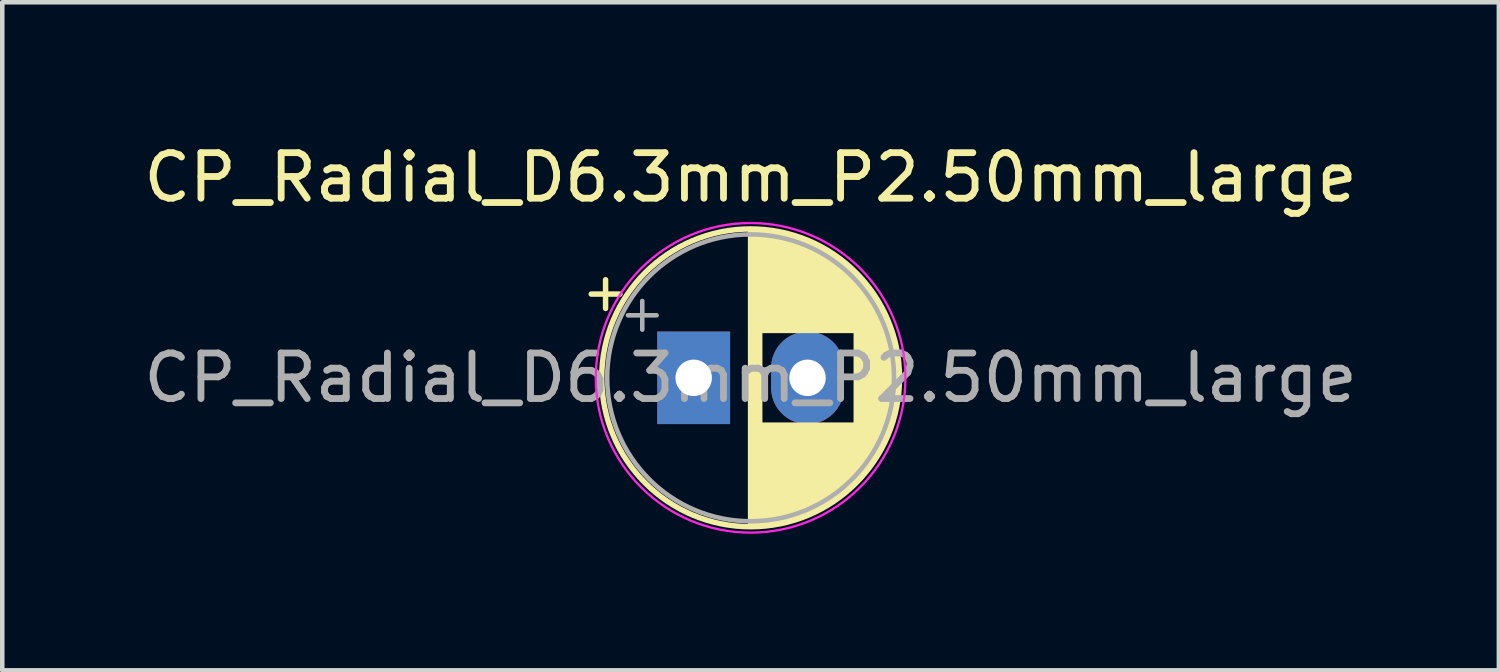
<source format=kicad_pcb>
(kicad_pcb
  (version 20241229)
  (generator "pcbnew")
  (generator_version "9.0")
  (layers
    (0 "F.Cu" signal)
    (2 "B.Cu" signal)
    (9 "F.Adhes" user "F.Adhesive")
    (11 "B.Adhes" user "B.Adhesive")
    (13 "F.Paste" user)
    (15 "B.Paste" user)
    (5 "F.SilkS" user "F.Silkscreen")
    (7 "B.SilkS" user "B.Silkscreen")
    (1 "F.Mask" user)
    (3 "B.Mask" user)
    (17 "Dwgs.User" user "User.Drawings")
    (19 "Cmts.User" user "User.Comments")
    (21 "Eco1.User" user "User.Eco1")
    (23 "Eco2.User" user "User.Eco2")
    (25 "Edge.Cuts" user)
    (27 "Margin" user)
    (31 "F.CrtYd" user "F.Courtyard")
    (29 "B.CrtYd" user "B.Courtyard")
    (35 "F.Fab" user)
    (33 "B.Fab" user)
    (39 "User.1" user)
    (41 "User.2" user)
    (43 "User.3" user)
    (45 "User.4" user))
  (footprint "CP_Radial_D6.3mm_P2.50mm_large"
    (layer "F.Cu")
    (at 12.185 5.248)
    (property "Reference" "CP_Radial_D6.3mm_P2.50mm_large" (at 1.25 -4.4 0) (layer "F.SilkS") (effects (font (size 1 1) (thickness 0.15))))
    (attr through_hole)
    (fp_line (start -2.25 -1.839) (end -1.62 -1.839) (stroke (width 0.12) (type solid)) (layer "F.SilkS"))
    (fp_line (start -1.935 -2.154) (end -1.935 -1.524) (stroke (width 0.12) (type solid)) (layer "F.SilkS"))
    (fp_line (start 1.25 -3.23) (end 1.25 3.23) (stroke (width 0.12) (type solid)) (layer "F.SilkS"))
    (fp_line (start 1.29 -3.23) (end 1.29 3.23) (stroke (width 0.12) (type solid)) (layer "F.SilkS"))
    (fp_line (start 1.33 -3.23) (end 1.33 3.23) (stroke (width 0.12) (type solid)) (layer "F.SilkS"))
    (fp_line (start 1.37 -3.228) (end 1.37 3.228) (stroke (width 0.12) (type solid)) (layer "F.SilkS"))
    (fp_line (start 1.41 -3.227) (end 1.41 3.227) (stroke (width 0.12) (type solid)) (layer "F.SilkS"))
    (fp_line (start 1.45 -3.224) (end 1.45 3.224) (stroke (width 0.12) (type solid)) (layer "F.SilkS"))
    (fp_line (start 1.49 -3.222) (end 1.49 -1.04) (stroke (width 0.12) (type solid)) (layer "F.SilkS"))
    (fp_line (start 1.49 1.04) (end 1.49 3.222) (stroke (width 0.12) (type solid)) (layer "F.SilkS"))
    (fp_line (start 1.53 -3.218) (end 1.53 -1.04) (stroke (width 0.12) (type solid)) (layer "F.SilkS"))
    (fp_line (start 1.53 1.04) (end 1.53 3.218) (stroke (width 0.12) (type solid)) (layer "F.SilkS"))
    (fp_line (start 1.57 -3.215) (end 1.57 -1.04) (stroke (width 0.12) (type solid)) (layer "F.SilkS"))
    (fp_line (start 1.57 1.04) (end 1.57 3.215) (stroke (width 0.12) (type solid)) (layer "F.SilkS"))
    (fp_line (start 1.61 -3.211) (end 1.61 -1.04) (stroke (width 0.12) (type solid)) (layer "F.SilkS"))
    (fp_line (start 1.61 1.04) (end 1.61 3.211) (stroke (width 0.12) (type solid)) (layer "F.SilkS"))
    (fp_line (start 1.65 -3.206) (end 1.65 -1.04) (stroke (width 0.12) (type solid)) (layer "F.SilkS"))
    (fp_line (start 1.65 1.04) (end 1.65 3.206) (stroke (width 0.12) (type solid)) (layer "F.SilkS"))
    (fp_line (start 1.69 -3.201) (end 1.69 -1.04) (stroke (width 0.12) (type solid)) (layer "F.SilkS"))
    (fp_line (start 1.69 1.04) (end 1.69 3.201) (stroke (width 0.12) (type solid)) (layer "F.SilkS"))
    (fp_line (start 1.73 -3.195) (end 1.73 -1.04) (stroke (width 0.12) (type solid)) (layer "F.SilkS"))
    (fp_line (start 1.73 1.04) (end 1.73 3.195) (stroke (width 0.12) (type solid)) (layer "F.SilkS"))
    (fp_line (start 1.77 -3.189) (end 1.77 -1.04) (stroke (width 0.12) (type solid)) (layer "F.SilkS"))
    (fp_line (start 1.77 1.04) (end 1.77 3.189) (stroke (width 0.12) (type solid)) (layer "F.SilkS"))
    (fp_line (start 1.81 -3.182) (end 1.81 -1.04) (stroke (width 0.12) (type solid)) (layer "F.SilkS"))
    (fp_line (start 1.81 1.04) (end 1.81 3.182) (stroke (width 0.12) (type solid)) (layer "F.SilkS"))
    (fp_line (start 1.85 -3.175) (end 1.85 -1.04) (stroke (width 0.12) (type solid)) (layer "F.SilkS"))
    (fp_line (start 1.85 1.04) (end 1.85 3.175) (stroke (width 0.12) (type solid)) (layer "F.SilkS"))
    (fp_line (start 1.89 -3.167) (end 1.89 -1.04) (stroke (width 0.12) (type solid)) (layer "F.SilkS"))
    (fp_line (start 1.89 1.04) (end 1.89 3.167) (stroke (width 0.12) (type solid)) (layer "F.SilkS"))
    (fp_line (start 1.93 -3.159) (end 1.93 -1.04) (stroke (width 0.12) (type solid)) (layer "F.SilkS"))
    (fp_line (start 1.93 1.04) (end 1.93 3.159) (stroke (width 0.12) (type solid)) (layer "F.SilkS"))
    (fp_line (start 1.971 -3.15) (end 1.971 -1.04) (stroke (width 0.12) (type solid)) (layer "F.SilkS"))
    (fp_line (start 1.971 1.04) (end 1.971 3.15) (stroke (width 0.12) (type solid)) (layer "F.SilkS"))
    (fp_line (start 2.011 -3.141) (end 2.011 -1.04) (stroke (width 0.12) (type solid)) (layer "F.SilkS"))
    (fp_line (start 2.011 1.04) (end 2.011 3.141) (stroke (width 0.12) (type solid)) (layer "F.SilkS"))
    (fp_line (start 2.051 -3.131) (end 2.051 -1.04) (stroke (width 0.12) (type solid)) (layer "F.SilkS"))
    (fp_line (start 2.051 1.04) (end 2.051 3.131) (stroke (width 0.12) (type solid)) (layer "F.SilkS"))
    (fp_line (start 2.091 -3.121) (end 2.091 -1.04) (stroke (width 0.12) (type solid)) (layer "F.SilkS"))
    (fp_line (start 2.091 1.04) (end 2.091 3.121) (stroke (width 0.12) (type solid)) (layer "F.SilkS"))
    (fp_line (start 2.131 -3.11) (end 2.131 -1.04) (stroke (width 0.12) (type solid)) (layer "F.SilkS"))
    (fp_line (start 2.131 1.04) (end 2.131 3.11) (stroke (width 0.12) (type solid)) (layer "F.SilkS"))
    (fp_line (start 2.171 -3.098) (end 2.171 -1.04) (stroke (width 0.12) (type solid)) (layer "F.SilkS"))
    (fp_line (start 2.171 1.04) (end 2.171 3.098) (stroke (width 0.12) (type solid)) (layer "F.SilkS"))
    (fp_line (start 2.211 -3.086) (end 2.211 -1.04) (stroke (width 0.12) (type solid)) (layer "F.SilkS"))
    (fp_line (start 2.211 1.04) (end 2.211 3.086) (stroke (width 0.12) (type solid)) (layer "F.SilkS"))
    (fp_line (start 2.251 -3.074) (end 2.251 -1.04) (stroke (width 0.12) (type solid)) (layer "F.SilkS"))
    (fp_line (start 2.251 1.04) (end 2.251 3.074) (stroke (width 0.12) (type solid)) (layer "F.SilkS"))
    (fp_line (start 2.291 -3.061) (end 2.291 -1.04) (stroke (width 0.12) (type solid)) (layer "F.SilkS"))
    (fp_line (start 2.291 1.04) (end 2.291 3.061) (stroke (width 0.12) (type solid)) (layer "F.SilkS"))
    (fp_line (start 2.331 -3.047) (end 2.331 -1.04) (stroke (width 0.12) (type solid)) (layer "F.SilkS"))
    (fp_line (start 2.331 1.04) (end 2.331 3.047) (stroke (width 0.12) (type solid)) (layer "F.SilkS"))
    (fp_line (start 2.371 -3.033) (end 2.371 -1.04) (stroke (width 0.12) (type solid)) (layer "F.SilkS"))
    (fp_line (start 2.371 1.04) (end 2.371 3.033) (stroke (width 0.12) (type solid)) (layer "F.SilkS"))
    (fp_line (start 2.411 -3.018) (end 2.411 -1.04) (stroke (width 0.12) (type solid)) (layer "F.SilkS"))
    (fp_line (start 2.411 1.04) (end 2.411 3.018) (stroke (width 0.12) (type solid)) (layer "F.SilkS"))
    (fp_line (start 2.451 -3.002) (end 2.451 -1.04) (stroke (width 0.12) (type solid)) (layer "F.SilkS"))
    (fp_line (start 2.451 1.04) (end 2.451 3.002) (stroke (width 0.12) (type solid)) (layer "F.SilkS"))
    (fp_line (start 2.491 -2.986) (end 2.491 -1.04) (stroke (width 0.12) (type solid)) (layer "F.SilkS"))
    (fp_line (start 2.491 1.04) (end 2.491 2.986) (stroke (width 0.12) (type solid)) (layer "F.SilkS"))
    (fp_line (start 2.531 -2.97) (end 2.531 -1.04) (stroke (width 0.12) (type solid)) (layer "F.SilkS"))
    (fp_line (start 2.531 1.04) (end 2.531 2.97) (stroke (width 0.12) (type solid)) (layer "F.SilkS"))
    (fp_line (start 2.571 -2.952) (end 2.571 -1.04) (stroke (width 0.12) (type solid)) (layer "F.SilkS"))
    (fp_line (start 2.571 1.04) (end 2.571 2.952) (stroke (width 0.12) (type solid)) (layer "F.SilkS"))
    (fp_line (start 2.611 -2.934) (end 2.611 -1.04) (stroke (width 0.12) (type solid)) (layer "F.SilkS"))
    (fp_line (start 2.611 1.04) (end 2.611 2.934) (stroke (width 0.12) (type solid)) (layer "F.SilkS"))
    (fp_line (start 2.651 -2.916) (end 2.651 -1.04) (stroke (width 0.12) (type solid)) (layer "F.SilkS"))
    (fp_line (start 2.651 1.04) (end 2.651 2.916) (stroke (width 0.12) (type solid)) (layer "F.SilkS"))
    (fp_line (start 2.691 -2.896) (end 2.691 -1.04) (stroke (width 0.12) (type solid)) (layer "F.SilkS"))
    (fp_line (start 2.691 1.04) (end 2.691 2.896) (stroke (width 0.12) (type solid)) (layer "F.SilkS"))
    (fp_line (start 2.731 -2.876) (end 2.731 -1.04) (stroke (width 0.12) (type solid)) (layer "F.SilkS"))
    (fp_line (start 2.731 1.04) (end 2.731 2.876) (stroke (width 0.12) (type solid)) (layer "F.SilkS"))
    (fp_line (start 2.771 -2.856) (end 2.771 -1.04) (stroke (width 0.12) (type solid)) (layer "F.SilkS"))
    (fp_line (start 2.771 1.04) (end 2.771 2.856) (stroke (width 0.12) (type solid)) (layer "F.SilkS"))
    (fp_line (start 2.811 -2.834) (end 2.811 -1.04) (stroke (width 0.12) (type solid)) (layer "F.SilkS"))
    (fp_line (start 2.811 1.04) (end 2.811 2.834) (stroke (width 0.12) (type solid)) (layer "F.SilkS"))
    (fp_line (start 2.851 -2.812) (end 2.851 -1.04) (stroke (width 0.12) (type solid)) (layer "F.SilkS"))
    (fp_line (start 2.851 1.04) (end 2.851 2.812) (stroke (width 0.12) (type solid)) (layer "F.SilkS"))
    (fp_line (start 2.891 -2.79) (end 2.891 -1.04) (stroke (width 0.12) (type solid)) (layer "F.SilkS"))
    (fp_line (start 2.891 1.04) (end 2.891 2.79) (stroke (width 0.12) (type solid)) (layer "F.SilkS"))
    (fp_line (start 2.931 -2.766) (end 2.931 -1.04) (stroke (width 0.12) (type solid)) (layer "F.SilkS"))
    (fp_line (start 2.931 1.04) (end 2.931 2.766) (stroke (width 0.12) (type solid)) (layer "F.SilkS"))
    (fp_line (start 2.971 -2.742) (end 2.971 -1.04) (stroke (width 0.12) (type solid)) (layer "F.SilkS"))
    (fp_line (start 2.971 1.04) (end 2.971 2.742) (stroke (width 0.12) (type solid)) (layer "F.SilkS"))
    (fp_line (start 3.011 -2.716) (end 3.011 -1.04) (stroke (width 0.12) (type solid)) (layer "F.SilkS"))
    (fp_line (start 3.011 1.04) (end 3.011 2.716) (stroke (width 0.12) (type solid)) (layer "F.SilkS"))
    (fp_line (start 3.051 -2.69) (end 3.051 -1.04) (stroke (width 0.12) (type solid)) (layer "F.SilkS"))
    (fp_line (start 3.051 1.04) (end 3.051 2.69) (stroke (width 0.12) (type solid)) (layer "F.SilkS"))
    (fp_line (start 3.091 -2.664) (end 3.091 -1.04) (stroke (width 0.12) (type solid)) (layer "F.SilkS"))
    (fp_line (start 3.091 1.04) (end 3.091 2.664) (stroke (width 0.12) (type solid)) (layer "F.SilkS"))
    (fp_line (start 3.131 -2.636) (end 3.131 -1.04) (stroke (width 0.12) (type solid)) (layer "F.SilkS"))
    (fp_line (start 3.131 1.04) (end 3.131 2.636) (stroke (width 0.12) (type solid)) (layer "F.SilkS"))
    (fp_line (start 3.171 -2.607) (end 3.171 -1.04) (stroke (width 0.12) (type solid)) (layer "F.SilkS"))
    (fp_line (start 3.171 1.04) (end 3.171 2.607) (stroke (width 0.12) (type solid)) (layer "F.SilkS"))
    (fp_line (start 3.211 -2.578) (end 3.211 -1.04) (stroke (width 0.12) (type solid)) (layer "F.SilkS"))
    (fp_line (start 3.211 1.04) (end 3.211 2.578) (stroke (width 0.12) (type solid)) (layer "F.SilkS"))
    (fp_line (start 3.251 -2.548) (end 3.251 -1.04) (stroke (width 0.12) (type solid)) (layer "F.SilkS"))
    (fp_line (start 3.251 1.04) (end 3.251 2.548) (stroke (width 0.12) (type solid)) (layer "F.SilkS"))
    (fp_line (start 3.291 -2.516) (end 3.291 -1.04) (stroke (width 0.12) (type solid)) (layer "F.SilkS"))
    (fp_line (start 3.291 1.04) (end 3.291 2.516) (stroke (width 0.12) (type solid)) (layer "F.SilkS"))
    (fp_line (start 3.331 -2.484) (end 3.331 -1.04) (stroke (width 0.12) (type solid)) (layer "F.SilkS"))
    (fp_line (start 3.331 1.04) (end 3.331 2.484) (stroke (width 0.12) (type solid)) (layer "F.SilkS"))
    (fp_line (start 3.371 -2.45) (end 3.371 -1.04) (stroke (width 0.12) (type solid)) (layer "F.SilkS"))
    (fp_line (start 3.371 1.04) (end 3.371 2.45) (stroke (width 0.12) (type solid)) (layer "F.SilkS"))
    (fp_line (start 3.411 -2.416) (end 3.411 -1.04) (stroke (width 0.12) (type solid)) (layer "F.SilkS"))
    (fp_line (start 3.411 1.04) (end 3.411 2.416) (stroke (width 0.12) (type solid)) (layer "F.SilkS"))
    (fp_line (start 3.451 -2.38) (end 3.451 -1.04) (stroke (width 0.12) (type solid)) (layer "F.SilkS"))
    (fp_line (start 3.451 1.04) (end 3.451 2.38) (stroke (width 0.12) (type solid)) (layer "F.SilkS"))
    (fp_line (start 3.491 -2.343) (end 3.491 -1.04) (stroke (width 0.12) (type solid)) (layer "F.SilkS"))
    (fp_line (start 3.491 1.04) (end 3.491 2.343) (stroke (width 0.12) (type solid)) (layer "F.SilkS"))
    (fp_line (start 3.531 -2.305) (end 3.531 -1.04) (stroke (width 0.12) (type solid)) (layer "F.SilkS"))
    (fp_line (start 3.531 1.04) (end 3.531 2.305) (stroke (width 0.12) (type solid)) (layer "F.SilkS"))
    (fp_line (start 3.571 -2.265) (end 3.571 2.265) (stroke (width 0.12) (type solid)) (layer "F.SilkS"))
    (fp_line (start 3.611 -2.224) (end 3.611 2.224) (stroke (width 0.12) (type solid)) (layer "F.SilkS"))
    (fp_line (start 3.651 -2.182) (end 3.651 2.182) (stroke (width 0.12) (type solid)) (layer "F.SilkS"))
    (fp_line (start 3.691 -2.137) (end 3.691 2.137) (stroke (width 0.12) (type solid)) (layer "F.SilkS"))
    (fp_line (start 3.731 -2.092) (end 3.731 2.092) (stroke (width 0.12) (type solid)) (layer "F.SilkS"))
    (fp_line (start 3.771 -2.044) (end 3.771 2.044) (stroke (width 0.12) (type solid)) (layer "F.SilkS"))
    (fp_line (start 3.811 -1.995) (end 3.811 1.995) (stroke (width 0.12) (type solid)) (layer "F.SilkS"))
    (fp_line (start 3.851 -1.944) (end 3.851 1.944) (stroke (width 0.12) (type solid)) (layer "F.SilkS"))
    (fp_line (start 3.891 -1.89) (end 3.891 1.89) (stroke (width 0.12) (type solid)) (layer "F.SilkS"))
    (fp_line (start 3.931 -1.834) (end 3.931 1.834) (stroke (width 0.12) (type solid)) (layer "F.SilkS"))
    (fp_line (start 3.971 -1.776) (end 3.971 1.776) (stroke (width 0.12) (type solid)) (layer "F.SilkS"))
    (fp_line (start 4.011 -1.714) (end 4.011 1.714) (stroke (width 0.12) (type solid)) (layer "F.SilkS"))
    (fp_line (start 4.051 -1.65) (end 4.051 1.65) (stroke (width 0.12) (type solid)) (layer "F.SilkS"))
    (fp_line (start 4.091 -1.581) (end 4.091 1.581) (stroke (width 0.12) (type solid)) (layer "F.SilkS"))
    (fp_line (start 4.131 -1.509) (end 4.131 1.509) (stroke (width 0.12) (type solid)) (layer "F.SilkS"))
    (fp_line (start 4.171 -1.432) (end 4.171 1.432) (stroke (width 0.12) (type solid)) (layer "F.SilkS"))
    (fp_line (start 4.211 -1.35) (end 4.211 1.35) (stroke (width 0.12) (type solid)) (layer "F.SilkS"))
    (fp_line (start 4.251 -1.262) (end 4.251 1.262) (stroke (width 0.12) (type solid)) (layer "F.SilkS"))
    (fp_line (start 4.291 -1.165) (end 4.291 1.165) (stroke (width 0.12) (type solid)) (layer "F.SilkS"))
    (fp_line (start 4.331 -1.059) (end 4.331 1.059) (stroke (width 0.12) (type solid)) (layer "F.SilkS"))
    (fp_line (start 4.371 -0.94) (end 4.371 0.94) (stroke (width 0.12) (type solid)) (layer "F.SilkS"))
    (fp_line (start 4.411 -0.802) (end 4.411 0.802) (stroke (width 0.12) (type solid)) (layer "F.SilkS"))
    (fp_line (start 4.451 -0.633) (end 4.451 0.633) (stroke (width 0.12) (type solid)) (layer "F.SilkS"))
    (fp_line (start 4.491 -0.402) (end 4.491 0.402) (stroke (width 0.12) (type solid)) (layer "F.SilkS"))
    (fp_circle (center 1.25 0) (end 4.52 0) (stroke (width 0.12) (type solid)) (fill no) (layer "F.SilkS"))
    (fp_circle (center 1.25 0) (end 4.65 0) (stroke (width 0.05) (type solid)) (fill no) (layer "F.CrtYd"))
    (fp_line (start -1.444 -1.373) (end -0.814 -1.373) (stroke (width 0.1) (type solid)) (layer "F.Fab"))
    (fp_line (start -1.129 -1.688) (end -1.129 -1.058) (stroke (width 0.1) (type solid)) (layer "F.Fab"))
    (fp_circle (center 1.25 0) (end 4.4 0) (stroke (width 0.1) (type solid)) (fill no) (layer "F.Fab"))
    (fp_text user "${REFERENCE}" (at 1.25 0 0) (layer "F.Fab") (effects (font (size 1 1) (thickness 0.15))))
    (pad "1" thru_hole rect (at 0 0) (size 1.6 2.032) (drill 0.8) (layers "*.Cu" "*.Mask"))
    (pad "2" thru_hole oval (at 2.5 0) (size 1.6 2.032) (drill 0.8) (layers "*.Cu" "*.Mask")))
  (gr_rect
    (start -3 -3)
    (end 29.869 11.673)
    (stroke (width 0.1) (type default))
    (fill no)
    (layer "Edge.Cuts")))
</source>
